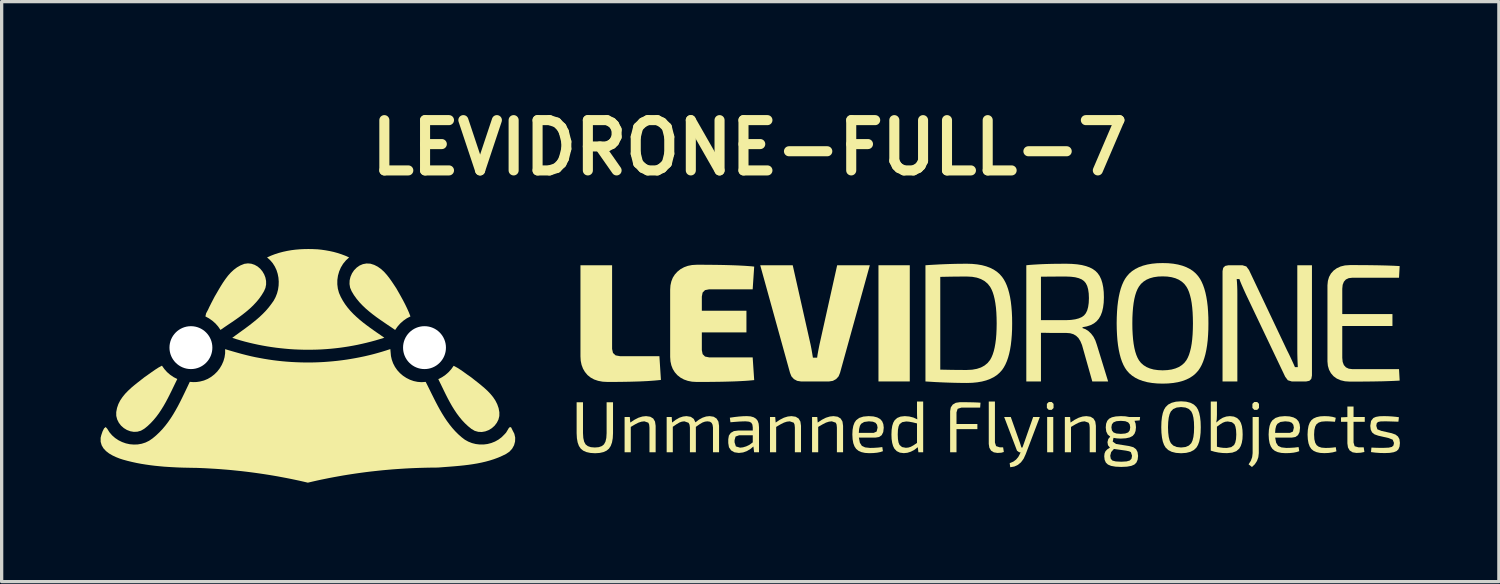
<source format=kicad_pcb>
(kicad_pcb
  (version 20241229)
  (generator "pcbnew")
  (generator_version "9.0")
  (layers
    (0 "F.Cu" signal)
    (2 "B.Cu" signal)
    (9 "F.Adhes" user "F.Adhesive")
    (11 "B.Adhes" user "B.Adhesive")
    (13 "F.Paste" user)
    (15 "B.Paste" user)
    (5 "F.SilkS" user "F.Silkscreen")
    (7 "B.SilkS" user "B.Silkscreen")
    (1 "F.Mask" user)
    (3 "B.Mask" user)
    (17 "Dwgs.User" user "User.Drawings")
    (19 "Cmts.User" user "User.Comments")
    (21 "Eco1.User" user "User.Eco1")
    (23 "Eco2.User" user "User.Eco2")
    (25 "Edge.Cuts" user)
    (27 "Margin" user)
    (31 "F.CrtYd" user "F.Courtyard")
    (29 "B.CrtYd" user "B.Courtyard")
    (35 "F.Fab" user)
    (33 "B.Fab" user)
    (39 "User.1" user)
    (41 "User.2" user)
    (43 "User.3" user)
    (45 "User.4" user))
  (footprint "LEVIDRONE-FULL-7"
    (layer "F.Cu")
    (at 19.667 8.027)
    (property "Reference" "LEVIDRONE-FULL-7" (at 0 -6.601 0) (layer "F.SilkS") (effects (font (size 1.524 1.524) (thickness 0.305))))
    (attr smd)
    (fp_poly (pts (xy 4.859 0.485) (xy 3.91 0.485) (xy 3.91 -3.037) (xy 4.859 -3.037) (xy 4.859 0.485)) (stroke (width 0) (type solid)) (fill yes) (layer "F.SilkS"))
    (fp_poly (pts (xy 7.44 1.094) (xy 7.44 2.338) (xy 7.475 2.445) (xy 7.585 2.481) (xy 7.688 2.481) (xy 7.71 2.623) (xy 7.632 2.645) (xy 7.515 2.652) (xy 7.406 2.634) (xy 7.323 2.582) (xy 7.271 2.495) (xy 7.253 2.379) (xy 7.253 1.094) (xy 7.44 1.094) (xy 7.44 1.094)) (stroke (width 0) (type solid)) (fill yes) (layer "F.SilkS"))
    (fp_poly (pts (xy 9.072 1.107) (xy 9.16 1.107) (xy 9.217 1.164) (xy 9.217 1.289) (xy 9.208 2.632) (xy 9.023 2.632) (xy 9.023 1.562) (xy 9.208 1.562) (xy 9.208 2.632) (xy 9.217 1.289) (xy 9.16 1.347) (xy 9.072 1.347) (xy 9.015 1.289) (xy 9.015 1.164) (xy 9.072 1.107)) (stroke (width 0) (type solid)) (fill yes) (layer "F.SilkS"))
    (fp_poly (pts (xy 6.992 1.278) (xy 6.423 1.278) (xy 6.31 1.314) (xy 6.275 1.423) (xy 6.275 1.775) (xy 6.908 1.775) (xy 6.908 1.931) (xy 6.275 1.931) (xy 6.275 2.632) (xy 6.082 2.632) (xy 6.082 1.386) (xy 6.102 1.271) (xy 6.161 1.186) (xy 6.254 1.132) (xy 6.374 1.114) (xy 6.538 1.114) (xy 6.682 1.116) (xy 6.808 1.119) (xy 6.915 1.123) (xy 7.003 1.129) (xy 6.992 1.278) (xy 6.992 1.278)) (stroke (width 0) (type solid)) (fill yes) (layer "F.SilkS"))
    (fp_poly (pts (xy 15.301 1.107) (xy 15.389 1.107) (xy 15.444 1.164) (xy 15.444 1.289) (xy 15.438 1.562) (xy 15.438 2.658) (xy 15.424 2.782) (xy 15.383 2.896) (xy 15.317 2.996) (xy 15.231 3.078) (xy 15.128 2.997) (xy 15.196 2.892) (xy 15.237 2.779) (xy 15.251 2.658) (xy 15.251 1.562) (xy 15.438 1.562) (xy 15.444 1.289) (xy 15.389 1.347) (xy 15.301 1.347) (xy 15.244 1.289) (xy 15.244 1.164) (xy 15.301 1.107)) (stroke (width 0) (type solid)) (fill yes) (layer "F.SilkS"))
    (fp_poly (pts (xy 3.648 -3.037) (xy 2.745 0.224) (xy 2.702 0.33) (xy 2.627 0.413) (xy 2.528 0.467) (xy 2.413 0.485) (xy 1.561 0.485) (xy 1.446 0.467) (xy 1.346 0.413) (xy 1.271 0.33) (xy 1.229 0.224) (xy 0.326 -3.037) (xy 1.311 -3.037) (xy 1.852 -0.633) (xy 1.878 -0.503) (xy 1.901 -0.37) (xy 1.923 -0.235) (xy 2.051 -0.235) (xy 2.063 -0.325) (xy 2.087 -0.457) (xy 2.122 -0.633) (xy 2.658 -3.037) (xy 3.648 -3.037)) (stroke (width 0) (type solid)) (fill yes) (layer "F.SilkS"))
    (fp_poly (pts (xy 18.31 1.709) (xy 18.31 2.338) (xy 18.343 2.448) (xy 18.455 2.481) (xy 18.618 2.481) (xy 18.639 2.623) (xy 18.529 2.645) (xy 18.398 2.652) (xy 18.28 2.633) (xy 18.193 2.577) (xy 18.141 2.486) (xy 18.123 2.362) (xy 18.123 1.709) (xy 17.93 1.709) (xy 17.93 1.573) (xy 18.123 1.564) (xy 18.123 1.245) (xy 18.31 1.245) (xy 18.31 1.562) (xy 18.65 1.562) (xy 18.65 1.709) (xy 18.31 1.709) (xy 18.31 1.709)) (stroke (width 0) (type solid)) (fill yes) (layer "F.SilkS"))
    (fp_poly (pts (xy 8.801 1.562) (xy 8.372 2.691) (xy 8.309 2.828) (xy 8.23 2.936) (xy 8.136 3.014) (xy 8.028 3.064) (xy 7.904 3.085) (xy 7.887 2.962) (xy 7.998 2.915) (xy 8.082 2.852) (xy 8.148 2.774) (xy 8.199 2.678) (xy 8.216 2.632) (xy 8.175 2.632) (xy 8.109 2.584) (xy 7.72 1.562) (xy 7.92 1.562) (xy 8.203 2.36) (xy 8.243 2.489) (xy 8.273 2.489) (xy 8.32 2.36) (xy 8.599 1.562) (xy 8.801 1.562) (xy 8.801 1.562)) (stroke (width 0) (type solid)) (fill yes) (layer "F.SilkS"))
    (fp_poly (pts (xy -3.627 1.562) (xy -3.613 1.731) (xy -3.486 1.646) (xy -3.364 1.584) (xy -3.247 1.548) (xy -3.134 1.536) (xy -3.008 1.554) (xy -2.917 1.609) (xy -2.863 1.701) (xy -2.844 1.83) (xy -2.844 2.632) (xy -3.031 2.632) (xy -3.031 1.883) (xy -3.04 1.793) (xy -3.066 1.735) (xy -3.185 1.694) (xy -3.273 1.704) (xy -3.363 1.733) (xy -3.466 1.785) (xy -3.598 1.863) (xy -3.598 2.632) (xy -3.785 2.632) (xy -3.785 1.562) (xy -3.627 1.562) (xy -3.627 1.562)) (stroke (width 0) (type solid)) (fill yes) (layer "F.SilkS"))
    (fp_poly (pts (xy 0.78 1.562) (xy 0.794 1.731) (xy 0.921 1.646) (xy 1.043 1.584) (xy 1.16 1.548) (xy 1.272 1.536) (xy 1.399 1.554) (xy 1.49 1.609) (xy 1.544 1.701) (xy 1.562 1.83) (xy 1.562 2.632) (xy 1.376 2.632) (xy 1.376 1.883) (xy 1.367 1.793) (xy 1.341 1.735) (xy 1.222 1.694) (xy 1.133 1.704) (xy 1.044 1.733) (xy 0.941 1.785) (xy 0.809 1.863) (xy 0.809 2.632) (xy 0.622 2.632) (xy 0.622 1.562) (xy 0.78 1.562) (xy 0.78 1.562)) (stroke (width 0) (type solid)) (fill yes) (layer "F.SilkS"))
    (fp_poly (pts (xy 2.055 1.562) (xy 2.068 1.731) (xy 2.195 1.646) (xy 2.317 1.584) (xy 2.435 1.548) (xy 2.547 1.536) (xy 2.674 1.554) (xy 2.764 1.609) (xy 2.819 1.701) (xy 2.837 1.83) (xy 2.837 2.632) (xy 2.65 2.632) (xy 2.65 1.883) (xy 2.641 1.793) (xy 2.615 1.735) (xy 2.496 1.694) (xy 2.408 1.704) (xy 2.318 1.733) (xy 2.216 1.785) (xy 2.083 1.863) (xy 2.083 2.632) (xy 1.897 2.632) (xy 1.897 1.562) (xy 2.055 1.562) (xy 2.055 1.562)) (stroke (width 0) (type solid)) (fill yes) (layer "F.SilkS"))
    (fp_poly (pts (xy 9.718 1.562) (xy 9.731 1.731) (xy 9.858 1.646) (xy 9.98 1.584) (xy 10.097 1.548) (xy 10.21 1.536) (xy 10.337 1.554) (xy 10.427 1.609) (xy 10.482 1.701) (xy 10.5 1.83) (xy 10.5 2.632) (xy 10.313 2.632) (xy 10.313 1.883) (xy 10.304 1.793) (xy 10.278 1.735) (xy 10.159 1.694) (xy 10.071 1.704) (xy 9.981 1.733) (xy 9.879 1.785) (xy 9.746 1.863) (xy 9.746 2.632) (xy 9.559 2.632) (xy 9.559 1.562) (xy 9.718 1.562) (xy 9.718 1.562)) (stroke (width 0) (type solid)) (fill yes) (layer "F.SilkS"))
    (fp_poly (pts (xy -4.164 -3.037) (xy -4.164 -0.5) (xy -4.137 -0.379) (xy -4.057 -0.305) (xy -3.924 -0.281) (xy -2.73 -0.281) (xy -2.684 0.439) (xy -2.772 0.448) (xy -2.868 0.457) (xy -2.973 0.465) (xy -3.086 0.473) (xy -3.208 0.479) (xy -3.339 0.485) (xy -3.478 0.489) (xy -3.625 0.493) (xy -3.782 0.496) (xy -3.947 0.498) (xy -4.12 0.5) (xy -4.302 0.5) (xy -4.452 0.492) (xy -4.588 0.466) (xy -4.709 0.425) (xy -4.816 0.366) (xy -4.909 0.291) (xy -4.986 0.199) (xy -5.046 0.097) (xy -5.089 -0.016) (xy -5.115 -0.141) (xy -5.123 -0.276) (xy -5.123 -3.037) (xy -4.164 -3.037)) (stroke (width 0) (type solid)) (fill yes) (layer "F.SilkS"))
    (fp_poly (pts (xy -4.136 1.116) (xy -4.136 2.052) (xy -4.144 2.206) (xy -4.167 2.335) (xy -4.206 2.441) (xy -4.259 2.522) (xy -4.332 2.583) (xy -4.426 2.626) (xy -4.542 2.652) (xy -4.679 2.661) (xy -4.821 2.652) (xy -4.941 2.626) (xy -5.039 2.583) (xy -5.114 2.522) (xy -5.169 2.441) (xy -5.208 2.335) (xy -5.231 2.206) (xy -5.239 2.052) (xy -5.239 1.116) (xy -5.046 1.116) (xy -5.046 2.052) (xy -5.037 2.198) (xy -5.011 2.312) (xy -4.967 2.393) (xy -4.901 2.445) (xy -4.808 2.477) (xy -4.688 2.487) (xy -4.569 2.477) (xy -4.477 2.445) (xy -4.411 2.393) (xy -4.366 2.312) (xy -4.339 2.198) (xy -4.33 2.052) (xy -4.33 1.116) (xy -4.136 1.116)) (stroke (width 0) (type solid)) (fill yes) (layer "F.SilkS"))
    (fp_poly (pts (xy 17.049 -3.037) (xy 17.049 0.306) (xy 17.03 0.405) (xy 16.972 0.465) (xy 16.875 0.485) (xy 16.437 0.485) (xy 16.318 0.449) (xy 16.238 0.342) (xy 15.049 -2.154) (xy 14.971 -2.325) (xy 14.912 -2.459) (xy 14.872 -2.557) (xy 14.85 -2.619) (xy 14.768 -2.619) (xy 14.777 -2.513) (xy 14.783 -2.4) (xy 14.787 -2.281) (xy 14.788 -2.154) (xy 14.788 0.485) (xy 14.339 0.485) (xy 14.339 -2.859) (xy 14.359 -2.958) (xy 14.419 -3.017) (xy 14.518 -3.037) (xy 14.941 -3.037) (xy 15.06 -3.001) (xy 15.14 -2.894) (xy 16.294 -0.46) (xy 16.357 -0.334) (xy 16.417 -0.207) (xy 16.476 -0.079) (xy 16.534 0.051) (xy 16.62 0.051) (xy 16.614 -0.086) (xy 16.609 -0.221) (xy 16.606 -0.354) (xy 16.605 -0.485) (xy 16.605 -3.037) (xy 17.049 -3.037) (xy 17.049 -3.037)) (stroke (width 0) (type solid)) (fill yes) (layer "F.SilkS"))
    (fp_poly (pts (xy -2.357 1.562) (xy -2.346 1.731) (xy -2.233 1.646) (xy -2.123 1.584) (xy -2.015 1.548) (xy -1.908 1.536) (xy -1.779 1.557) (xy -1.689 1.62) (xy -1.638 1.725) (xy -1.53 1.642) (xy -1.422 1.583) (xy -1.314 1.547) (xy -1.207 1.536) (xy -1.086 1.554) (xy -0.997 1.61) (xy -0.941 1.703) (xy -0.922 1.83) (xy -0.922 2.632) (xy -1.106 2.632) (xy -1.106 1.883) (xy -1.118 1.798) (xy -1.148 1.74) (xy -1.198 1.705) (xy -1.273 1.694) (xy -1.349 1.703) (xy -1.423 1.729) (xy -1.508 1.779) (xy -1.625 1.861) (xy -1.625 2.632) (xy -1.805 2.632) (xy -1.805 1.883) (xy -1.816 1.796) (xy -1.847 1.738) (xy -1.972 1.694) (xy -2.048 1.703) (xy -2.121 1.729) (xy -2.207 1.779) (xy -2.324 1.859) (xy -2.324 2.632) (xy -2.51 2.632) (xy -2.51 1.562) (xy -2.357 1.562) (xy -2.357 1.562)) (stroke (width 0) (type solid)) (fill yes) (layer "F.SilkS"))
    (fp_poly (pts (xy 17.771 2.478) (xy 17.791 2.604) (xy 17.68 2.634) (xy 17.557 2.652) (xy 17.424 2.658) (xy 17.296 2.651) (xy 17.187 2.627) (xy 17.099 2.588) (xy 17.031 2.533) (xy 16.981 2.458) (xy 16.945 2.36) (xy 16.924 2.239) (xy 16.916 2.096) (xy 16.924 1.953) (xy 16.945 1.832) (xy 16.981 1.735) (xy 17.031 1.661) (xy 17.099 1.606) (xy 17.188 1.567) (xy 17.297 1.543) (xy 17.426 1.536) (xy 17.558 1.541) (xy 17.673 1.558) (xy 17.771 1.586) (xy 17.747 1.707) (xy 17.65 1.7) (xy 17.554 1.695) (xy 17.457 1.694) (xy 17.341 1.703) (xy 17.252 1.732) (xy 17.189 1.779) (xy 17.147 1.853) (xy 17.122 1.958) (xy 17.114 2.096) (xy 17.122 2.235) (xy 17.147 2.341) (xy 17.189 2.414) (xy 17.252 2.462) (xy 17.341 2.491) (xy 17.457 2.5) (xy 17.57 2.498) (xy 17.675 2.49) (xy 17.771 2.478) (xy 17.771 2.478)) (stroke (width 0) (type solid)) (fill yes) (layer "F.SilkS"))
    (fp_poly (pts (xy -10.715 -2.355) (xy -10.646 -2.235) (xy -10.576 -2.111) (xy -10.507 -1.986) (xy -10.441 -1.86) (xy -10.38 -1.734) (xy -10.324 -1.609) (xy -10.276 -1.486) (xy -10.388 -1.428) (xy -10.491 -1.356) (xy -10.585 -1.273) (xy -10.668 -1.179) (xy -10.74 -1.076) (xy -10.852 -1.153) (xy -10.966 -1.229) (xy -11.08 -1.307) (xy -11.194 -1.385) (xy -11.307 -1.465) (xy -11.417 -1.548) (xy -11.525 -1.634) (xy -11.629 -1.723) (xy -11.728 -1.817) (xy -11.822 -1.916) (xy -11.909 -2.021) (xy -11.989 -2.132) (xy -12.06 -2.251) (xy -12.105 -2.357) (xy -12.123 -2.468) (xy -12.119 -2.58) (xy -12.093 -2.688) (xy -12.048 -2.791) (xy -11.986 -2.884) (xy -11.908 -2.964) (xy -11.818 -3.028) (xy -11.717 -3.071) (xy -11.607 -3.091) (xy -11.491 -3.085) (xy -11.374 -3.048) (xy -11.268 -2.994) (xy -11.17 -2.924) (xy -11.08 -2.843) (xy -10.998 -2.752) (xy -10.921 -2.655) (xy -10.849 -2.554) (xy -10.781 -2.453) (xy -10.716 -2.354) (xy -10.715 -2.355)) (stroke (width 0) (type solid)) (fill yes) (layer "F.SilkS"))
    (fp_poly (pts (xy -17.343 0.411) (xy -17.4 0.527) (xy -17.457 0.645) (xy -17.514 0.763) (xy -17.572 0.88) (xy -17.632 0.998) (xy -17.694 1.114) (xy -17.759 1.228) (xy -17.828 1.339) (xy -17.9 1.448) (xy -17.977 1.552) (xy -18.06 1.652) (xy -18.148 1.747) (xy -18.243 1.837) (xy -18.346 1.92) (xy -18.446 1.978) (xy -18.553 2.008) (xy -18.661 2.013) (xy -18.769 1.994) (xy -18.871 1.955) (xy -18.966 1.897) (xy -19.049 1.823) (xy -19.116 1.736) (xy -19.165 1.637) (xy -19.193 1.529) (xy -19.194 1.415) (xy -19.17 1.289) (xy -19.129 1.17) (xy -19.073 1.06) (xy -19.003 0.956) (xy -18.923 0.858) (xy -18.834 0.766) (xy -18.74 0.678) (xy -18.641 0.595) (xy -18.54 0.514) (xy -18.44 0.436) (xy -18.343 0.36) (xy -18.238 0.286) (xy -18.13 0.209) (xy -18.021 0.133) (xy -17.914 0.064) (xy -17.808 0.007) (xy -17.736 0.109) (xy -17.653 0.202) (xy -17.558 0.284) (xy -17.455 0.354) (xy -17.342 0.413) (xy -17.343 0.411)) (stroke (width 0) (type solid)) (fill yes) (layer "F.SilkS"))
    (fp_poly (pts (xy -9.432 0.415) (xy -9.375 0.531) (xy -9.318 0.648) (xy -9.261 0.766) (xy -9.203 0.884) (xy -9.143 1.002) (xy -9.081 1.117) (xy -9.016 1.232) (xy -8.947 1.343) (xy -8.875 1.451) (xy -8.797 1.556) (xy -8.715 1.656) (xy -8.626 1.751) (xy -8.531 1.84) (xy -8.429 1.923) (xy -8.328 1.982) (xy -8.222 2.012) (xy -8.113 2.017) (xy -8.006 1.998) (xy -7.903 1.959) (xy -7.809 1.901) (xy -7.726 1.827) (xy -7.659 1.739) (xy -7.609 1.641) (xy -7.582 1.533) (xy -7.581 1.419) (xy -7.604 1.293) (xy -7.646 1.174) (xy -7.702 1.064) (xy -7.771 0.96) (xy -7.852 0.862) (xy -7.94 0.77) (xy -8.035 0.683) (xy -8.134 0.599) (xy -8.234 0.518) (xy -8.334 0.44) (xy -8.431 0.363) (xy -8.536 0.29) (xy -8.644 0.212) (xy -8.752 0.136) (xy -8.86 0.067) (xy -8.967 0.011) (xy -9.039 0.113) (xy -9.123 0.206) (xy -9.217 0.288) (xy -9.322 0.359) (xy -9.434 0.416) (xy -9.432 0.415)) (stroke (width 0) (type solid)) (fill yes) (layer "F.SilkS"))
    (fp_poly (pts (xy -16.363 -1.793) (xy -16.411 -1.689) (xy -16.469 -1.581) (xy -16.491 -1.486) (xy -16.381 -1.426) (xy -16.28 -1.355) (xy -16.187 -1.273) (xy -16.105 -1.18) (xy -16.034 -1.077) (xy -15.922 -1.154) (xy -15.809 -1.231) (xy -15.694 -1.308) (xy -15.58 -1.386) (xy -15.467 -1.466) (xy -15.356 -1.549) (xy -15.248 -1.635) (xy -15.144 -1.724) (xy -15.045 -1.818) (xy -14.952 -1.917) (xy -14.864 -2.022) (xy -14.785 -2.134) (xy -14.714 -2.252) (xy -14.671 -2.352) (xy -14.651 -2.455) (xy -14.652 -2.56) (xy -14.672 -2.663) (xy -14.71 -2.761) (xy -14.763 -2.851) (xy -14.83 -2.932) (xy -14.909 -2.999) (xy -14.999 -3.05) (xy -15.097 -3.083) (xy -15.201 -3.094) (xy -15.31 -3.08) (xy -15.428 -3.033) (xy -15.535 -2.972) (xy -15.633 -2.898) (xy -15.723 -2.814) (xy -15.806 -2.721) (xy -15.882 -2.621) (xy -15.954 -2.517) (xy -16.022 -2.409) (xy -16.087 -2.3) (xy -16.149 -2.193) (xy -16.211 -2.087) (xy -16.262 -1.989) (xy -16.313 -1.891) (xy -16.362 -1.792) (xy -16.363 -1.793)) (stroke (width 0) (type solid)) (fill yes) (layer "F.SilkS"))
    (fp_poly (pts (xy 14.169 1.094) (xy 14.169 1.494) (xy 14.164 1.63) (xy 14.149 1.731) (xy 14.169 1.856) (xy 14.169 2.463) (xy 14.268 2.486) (xy 14.368 2.498) (xy 14.47 2.5) (xy 14.603 2.476) (xy 14.69 2.41) (xy 14.726 2.335) (xy 14.748 2.229) (xy 14.756 2.094) (xy 14.749 1.959) (xy 14.73 1.855) (xy 14.701 1.784) (xy 14.623 1.72) (xy 14.497 1.698) (xy 14.421 1.707) (xy 14.347 1.735) (xy 14.268 1.784) (xy 14.169 1.856) (xy 14.149 1.731) (xy 14.247 1.646) (xy 14.348 1.584) (xy 14.453 1.548) (xy 14.562 1.536) (xy 14.684 1.55) (xy 14.781 1.594) (xy 14.855 1.667) (xy 14.896 1.743) (xy 14.926 1.839) (xy 14.943 1.956) (xy 14.949 2.094) (xy 14.943 2.229) (xy 14.923 2.346) (xy 14.89 2.444) (xy 14.844 2.522) (xy 14.756 2.598) (xy 14.633 2.643) (xy 14.475 2.658) (xy 14.341 2.654) (xy 14.214 2.639) (xy 14.095 2.615) (xy 13.982 2.582) (xy 13.982 1.094) (xy 14.169 1.094) (xy 14.169 1.094)) (stroke (width 0) (type solid)) (fill yes) (layer "F.SilkS"))
    (fp_poly (pts (xy 19.366 2.199) (xy 19.059 2.129) (xy 18.946 2.089) (xy 18.872 2.03) (xy 18.831 1.946) (xy 18.817 1.83) (xy 18.84 1.682) (xy 18.909 1.593) (xy 18.988 1.559) (xy 19.096 1.54) (xy 19.235 1.536) (xy 19.359 1.539) (xy 19.476 1.546) (xy 19.584 1.556) (xy 19.685 1.569) (xy 19.67 1.705) (xy 19.476 1.699) (xy 19.34 1.695) (xy 19.263 1.694) (xy 19.129 1.697) (xy 19.05 1.714) (xy 19.012 1.754) (xy 18.999 1.83) (xy 19.032 1.936) (xy 19.155 1.984) (xy 19.467 2.054) (xy 19.581 2.095) (xy 19.656 2.153) (xy 19.701 2.234) (xy 19.716 2.349) (xy 19.704 2.459) (xy 19.67 2.542) (xy 19.612 2.597) (xy 19.527 2.63) (xy 19.409 2.65) (xy 19.259 2.656) (xy 19.112 2.653) (xy 18.973 2.643) (xy 18.839 2.626) (xy 18.852 2.489) (xy 18.976 2.495) (xy 19.099 2.498) (xy 19.221 2.498) (xy 19.377 2.491) (xy 19.472 2.469) (xy 19.52 2.425) (xy 19.536 2.349) (xy 19.496 2.25) (xy 19.366 2.199) (xy 19.366 2.199)) (stroke (width 0) (type solid)) (fill yes) (layer "F.SilkS"))
    (fp_poly (pts (xy 5.265 1.094) (xy 5.078 2.349) (xy 5.078 1.757) (xy 4.948 1.725) (xy 4.839 1.705) (xy 4.751 1.698) (xy 4.629 1.719) (xy 4.551 1.779) (xy 4.519 1.85) (xy 4.5 1.954) (xy 4.494 2.092) (xy 4.5 2.229) (xy 4.518 2.336) (xy 4.549 2.41) (xy 4.625 2.474) (xy 4.74 2.496) (xy 4.82 2.488) (xy 4.891 2.465) (xy 4.972 2.42) (xy 5.078 2.349) (xy 5.078 2.349) (xy 5.265 1.094) (xy 5.265 2.632) (xy 5.12 2.632) (xy 5.102 2.478) (xy 4.999 2.557) (xy 4.894 2.613) (xy 4.787 2.647) (xy 4.678 2.658) (xy 4.559 2.643) (xy 4.463 2.597) (xy 4.391 2.52) (xy 4.352 2.441) (xy 4.325 2.343) (xy 4.308 2.227) (xy 4.303 2.094) (xy 4.309 1.952) (xy 4.327 1.833) (xy 4.357 1.737) (xy 4.399 1.663) (xy 4.476 1.592) (xy 4.579 1.55) (xy 4.707 1.536) (xy 4.842 1.547) (xy 4.969 1.579) (xy 5.087 1.634) (xy 5.08 1.533) (xy 5.078 1.423) (xy 5.078 1.094) (xy 5.265 1.094) (xy 5.265 1.094)) (stroke (width 0) (type solid)) (fill yes) (layer "F.SilkS"))
    (fp_poly (pts (xy -0.577 1.722) (xy -0.595 1.584) (xy -0.452 1.563) (xy -0.318 1.548) (xy -0.194 1.539) (xy -0.078 1.536) (xy 0.035 1.544) (xy 0.128 1.571) (xy 0.1 2.331) (xy 0.1 2.116) (xy -0.313 2.116) (xy -0.421 2.155) (xy -0.452 2.263) (xy -0.452 2.263) (xy -0.452 2.331) (xy -0.412 2.454) (xy -0.285 2.492) (xy -0.196 2.482) (xy -0.096 2.452) (xy 0.007 2.401) (xy 0.1 2.331) (xy 0.128 1.571) (xy 0.198 1.615) (xy 0.249 1.678) (xy 0.279 1.766) (xy 0.289 1.878) (xy 0.289 2.632) (xy 0.141 2.632) (xy 0.119 2.456) (xy 0.033 2.529) (xy -0.074 2.593) (xy -0.193 2.637) (xy -0.322 2.652) (xy -0.455 2.633) (xy -0.557 2.575) (xy -0.622 2.48) (xy -0.643 2.353) (xy -0.643 2.237) (xy -0.624 2.126) (xy -0.566 2.043) (xy -0.472 1.99) (xy -0.346 1.973) (xy 0.1 1.973) (xy 0.1 1.878) (xy 0.088 1.792) (xy 0.053 1.735) (xy -0.012 1.704) (xy -0.118 1.694) (xy -0.206 1.696) (xy -0.312 1.701) (xy -0.436 1.71) (xy -0.577 1.722) (xy -0.577 1.722)) (stroke (width 0) (type solid)) (fill yes) (layer "F.SilkS"))
    (fp_poly (pts (xy 3.815 2.188) (xy 3.314 2.043) (xy 3.766 2.043) (xy 3.854 2.004) (xy 3.883 1.885) (xy 3.866 1.797) (xy 3.821 1.738) (xy 3.741 1.705) (xy 3.619 1.694) (xy 3.476 1.713) (xy 3.384 1.769) (xy 3.347 1.831) (xy 3.324 1.923) (xy 3.314 2.043) (xy 3.815 2.188) (xy 3.316 2.188) (xy 3.346 2.343) (xy 3.406 2.437) (xy 3.505 2.484) (xy 3.654 2.5) (xy 3.777 2.497) (xy 3.9 2.489) (xy 4.026 2.474) (xy 4.045 2.599) (xy 3.966 2.625) (xy 3.87 2.644) (xy 3.758 2.655) (xy 3.63 2.659) (xy 3.502 2.651) (xy 3.393 2.627) (xy 3.304 2.587) (xy 3.235 2.531) (xy 3.184 2.455) (xy 3.147 2.357) (xy 3.126 2.237) (xy 3.118 2.094) (xy 3.125 1.951) (xy 3.147 1.831) (xy 3.183 1.734) (xy 3.233 1.661) (xy 3.325 1.591) (xy 3.451 1.55) (xy 3.61 1.536) (xy 3.756 1.545) (xy 3.872 1.575) (xy 3.96 1.624) (xy 4.021 1.691) (xy 4.057 1.778) (xy 4.07 1.885) (xy 4.055 2.018) (xy 4.008 2.113) (xy 3.928 2.169) (xy 3.815 2.188) (xy 3.815 2.188)) (stroke (width 0) (type solid)) (fill yes) (layer "F.SilkS"))
    (fp_poly (pts (xy 16.433 2.188) (xy 15.932 2.043) (xy 16.384 2.043) (xy 16.472 2.004) (xy 16.501 1.885) (xy 16.484 1.797) (xy 16.439 1.738) (xy 16.359 1.705) (xy 16.237 1.694) (xy 16.094 1.713) (xy 16.002 1.769) (xy 15.965 1.831) (xy 15.942 1.923) (xy 15.932 2.043) (xy 16.433 2.188) (xy 15.934 2.188) (xy 15.964 2.343) (xy 16.024 2.437) (xy 16.124 2.484) (xy 16.272 2.5) (xy 16.395 2.497) (xy 16.519 2.489) (xy 16.644 2.474) (xy 16.664 2.599) (xy 16.584 2.625) (xy 16.488 2.644) (xy 16.376 2.655) (xy 16.248 2.659) (xy 16.12 2.651) (xy 16.011 2.627) (xy 15.922 2.587) (xy 15.853 2.531) (xy 15.802 2.455) (xy 15.765 2.357) (xy 15.744 2.237) (xy 15.736 2.094) (xy 15.744 1.951) (xy 15.765 1.831) (xy 15.801 1.734) (xy 15.851 1.661) (xy 15.943 1.591) (xy 16.069 1.55) (xy 16.228 1.536) (xy 16.374 1.545) (xy 16.49 1.575) (xy 16.578 1.624) (xy 16.639 1.691) (xy 16.675 1.778) (xy 16.688 1.885) (xy 16.673 2.018) (xy 16.626 2.113) (xy 16.546 2.169) (xy 16.433 2.188) (xy 16.433 2.188)) (stroke (width 0) (type solid)) (fill yes) (layer "F.SilkS"))
    (fp_poly (pts (xy 19.688 0.112) (xy 19.708 0.459) (xy 19.618 0.464) (xy 19.518 0.469) (xy 19.409 0.473) (xy 19.291 0.477) (xy 19.163 0.481) (xy 19.026 0.483) (xy 18.879 0.486) (xy 18.723 0.487) (xy 18.557 0.489) (xy 18.382 0.489) (xy 18.198 0.49) (xy 18.05 0.48) (xy 17.918 0.449) (xy 17.802 0.398) (xy 17.703 0.326) (xy 17.624 0.235) (xy 17.567 0.13) (xy 17.532 0.011) (xy 17.519 -0.123) (xy 17.519 -2.43) (xy 17.532 -2.563) (xy 17.567 -2.681) (xy 17.624 -2.785) (xy 17.703 -2.874) (xy 17.802 -2.947) (xy 17.918 -3) (xy 18.05 -3.032) (xy 18.198 -3.042) (xy 18.382 -3.042) (xy 18.557 -3.041) (xy 18.723 -3.04) (xy 18.879 -3.038) (xy 19.026 -3.036) (xy 19.163 -3.033) (xy 19.291 -3.03) (xy 19.409 -3.026) (xy 19.518 -3.022) (xy 19.618 -3.017) (xy 19.708 -3.012) (xy 19.688 -2.659) (xy 18.274 -2.659) (xy 18.164 -2.646) (xy 18.078 -2.606) (xy 18.017 -2.538) (xy 17.98 -2.444) (xy 17.968 -2.323) (xy 17.968 -1.557) (xy 19.489 -1.557) (xy 19.489 -1.195) (xy 17.968 -1.195) (xy 17.968 -0.23) (xy 17.98 -0.107) (xy 18.017 -0.011) (xy 18.078 0.057) (xy 18.164 0.098) (xy 18.274 0.112) (xy 19.688 0.112)) (stroke (width 0) (type solid)) (fill yes) (layer "F.SilkS"))
    (fp_poly (pts (xy 0.097 -0.245) (xy 0.143 0.444) (xy 0.061 0.452) (xy -0.029 0.46) (xy -0.128 0.467) (xy -0.236 0.473) (xy -0.352 0.479) (xy -0.478 0.484) (xy -0.612 0.488) (xy -0.755 0.492) (xy -0.907 0.495) (xy -1.067 0.497) (xy -1.237 0.499) (xy -1.415 0.5) (xy -1.602 0.5) (xy -1.742 0.492) (xy -1.869 0.467) (xy -1.986 0.426) (xy -2.091 0.369) (xy -2.184 0.296) (xy -2.263 0.207) (xy -2.325 0.107) (xy -2.368 -0.003) (xy -2.395 -0.124) (xy -2.404 -0.255) (xy -2.404 -2.297) (xy -2.395 -2.428) (xy -2.368 -2.549) (xy -2.325 -2.658) (xy -2.263 -2.756) (xy -2.184 -2.843) (xy -2.089 -2.919) (xy -1.983 -2.977) (xy -1.867 -3.019) (xy -1.74 -3.044) (xy -1.602 -3.052) (xy -1.415 -3.052) (xy -1.237 -3.051) (xy -1.067 -3.049) (xy -0.907 -3.047) (xy -0.755 -3.044) (xy -0.612 -3.04) (xy -0.478 -3.036) (xy -0.352 -3.031) (xy -0.236 -3.025) (xy -0.128 -3.019) (xy -0.029 -3.012) (xy 0.061 -3.005) (xy 0.143 -2.996) (xy 0.097 -2.307) (xy -1.225 -2.307) (xy -1.347 -2.283) (xy -1.42 -2.21) (xy -1.444 -2.088) (xy -1.444 -1.659) (xy -0.092 -1.659) (xy -0.092 -1.001) (xy -1.444 -1.001) (xy -1.444 -0.465) (xy -1.42 -0.343) (xy -1.347 -0.27) (xy -1.225 -0.245) (xy 0.097 -0.245)) (stroke (width 0) (type solid)) (fill yes) (layer "F.SilkS"))
    (fp_poly (pts (xy 12.614 1.261) (xy 13.082 1.261) (xy 12.948 1.276) (xy 12.845 1.32) (xy 12.772 1.395) (xy 12.735 1.474) (xy 12.708 1.581) (xy 12.692 1.714) (xy 12.686 1.874) (xy 12.692 2.034) (xy 12.708 2.168) (xy 12.735 2.275) (xy 12.772 2.355) (xy 12.845 2.428) (xy 12.948 2.472) (xy 13.082 2.487) (xy 13.216 2.472) (xy 13.319 2.428) (xy 13.392 2.355) (xy 13.429 2.275) (xy 13.456 2.168) (xy 13.472 2.034) (xy 13.477 1.874) (xy 13.472 1.714) (xy 13.456 1.581) (xy 13.429 1.474) (xy 13.392 1.395) (xy 13.319 1.32) (xy 13.216 1.276) (xy 13.082 1.261) (xy 12.614 1.261) (xy 12.693 1.185) (xy 12.798 1.131) (xy 12.927 1.098) (xy 13.082 1.087) (xy 13.236 1.098) (xy 13.365 1.131) (xy 13.469 1.185) (xy 13.548 1.261) (xy 13.595 1.34) (xy 13.632 1.441) (xy 13.658 1.564) (xy 13.674 1.708) (xy 13.679 1.874) (xy 13.674 2.04) (xy 13.658 2.184) (xy 13.632 2.308) (xy 13.595 2.409) (xy 13.548 2.489) (xy 13.469 2.564) (xy 13.365 2.618) (xy 13.236 2.65) (xy 13.082 2.661) (xy 12.927 2.65) (xy 12.798 2.618) (xy 12.693 2.564) (xy 12.614 2.489) (xy 12.566 2.409) (xy 12.529 2.308) (xy 12.503 2.184) (xy 12.487 2.04) (xy 12.482 1.874) (xy 12.487 1.708) (xy 12.503 1.564) (xy 12.529 1.441) (xy 12.566 1.34) (xy 12.614 1.261)) (stroke (width 0) (type solid)) (fill yes) (layer "F.SilkS"))
    (fp_poly (pts (xy 11.829 1.665) (xy 11.391 1.69) (xy 11.256 1.679) (xy 11.121 1.69) (xy 11.034 1.725) (xy 10.986 1.785) (xy 10.97 1.876) (xy 10.986 1.969) (xy 11.034 2.03) (xy 11.121 2.063) (xy 11.256 2.074) (xy 11.39 2.063) (xy 11.478 2.03) (xy 11.525 1.969) (xy 11.541 1.876) (xy 11.525 1.785) (xy 11.478 1.725) (xy 11.391 1.69) (xy 11.829 1.665) (xy 11.671 1.678) (xy 11.704 1.764) (xy 11.715 1.876) (xy 11.703 1.985) (xy 11.669 2.073) (xy 11.612 2.138) (xy 11.526 2.182) (xy 11.408 2.208) (xy 11.256 2.217) (xy 11.139 2.211) (xy 11.034 2.195) (xy 11.01 2.307) (xy 11.047 2.531) (xy 10.963 2.625) (xy 10.935 2.736) (xy 10.951 2.828) (xy 11.001 2.883) (xy 11.1 2.909) (xy 11.267 2.918) (xy 11.43 2.909) (xy 11.528 2.881) (xy 11.579 2.827) (xy 11.596 2.736) (xy 11.561 2.628) (xy 11.507 2.602) (xy 11.412 2.582) (xy 11.412 2.582) (xy 11.047 2.531) (xy 11.01 2.307) (xy 11.109 2.38) (xy 11.508 2.443) (xy 11.635 2.478) (xy 11.717 2.538) (xy 11.763 2.625) (xy 11.779 2.744) (xy 11.766 2.856) (xy 11.729 2.943) (xy 11.667 3.004) (xy 11.574 3.044) (xy 11.441 3.068) (xy 11.269 3.076) (xy 11.095 3.068) (xy 10.96 3.044) (xy 10.865 3.004) (xy 10.802 2.944) (xy 10.765 2.86) (xy 10.753 2.751) (xy 10.763 2.666) (xy 10.792 2.599) (xy 10.845 2.544) (xy 10.926 2.492) (xy 10.867 2.418) (xy 10.851 2.323) (xy 10.876 2.229) (xy 10.935 2.158) (xy 10.859 2.094) (xy 10.814 2.001) (xy 10.799 1.879) (xy 10.81 1.767) (xy 10.844 1.679) (xy 10.9 1.615) (xy 10.986 1.571) (xy 11.105 1.545) (xy 11.258 1.536) (xy 11.396 1.542) (xy 11.506 1.562) (xy 11.84 1.562) (xy 11.829 1.665) (xy 11.829 1.665)) (stroke (width 0) (type solid)) (fill yes) (layer "F.SilkS"))
    (fp_poly (pts (xy 10.871 0.485) (xy 10.391 0.485) (xy 9.873 -1.398) (xy 9.982 -1.427) (xy 10.072 -1.466) (xy 10.141 -1.516) (xy 10.194 -1.581) (xy 10.236 -1.666) (xy 10.265 -1.771) (xy 10.283 -1.896) (xy 10.289 -2.042) (xy 10.283 -2.185) (xy 10.265 -2.308) (xy 10.236 -2.411) (xy 10.194 -2.494) (xy 10.141 -2.557) (xy 10.072 -2.607) (xy 9.982 -2.645) (xy 9.873 -2.673) (xy 9.744 -2.689) (xy 9.595 -2.695) (xy 9.418 -2.695) (xy 9.261 -2.694) (xy 9.124 -2.693) (xy 9.007 -2.692) (xy 8.911 -2.691) (xy 8.835 -2.69) (xy 8.835 -1.373) (xy 8.835 -1.373) (xy 9.595 -1.373) (xy 9.744 -1.38) (xy 9.873 -1.398) (xy 10.391 0.485) (xy 10.08 -0.618) (xy 10.03 -0.737) (xy 9.971 -0.831) (xy 9.901 -0.899) (xy 9.819 -0.947) (xy 9.722 -0.976) (xy 9.61 -0.985) (xy 9.516 -0.985) (xy 9.411 -0.985) (xy 9.296 -0.985) (xy 9.171 -0.985) (xy 9.02 -0.988) (xy 8.908 -0.99) (xy 8.835 -0.99) (xy 8.835 0.485) (xy 8.391 0.485) (xy 8.391 -3.037) (xy 8.49 -3.047) (xy 8.599 -3.055) (xy 8.716 -3.062) (xy 8.842 -3.069) (xy 8.977 -3.074) (xy 9.121 -3.078) (xy 9.273 -3.081) (xy 9.435 -3.082) (xy 9.605 -3.083) (xy 9.777 -3.078) (xy 9.933 -3.065) (xy 10.075 -3.043) (xy 10.201 -3.011) (xy 10.312 -2.971) (xy 10.407 -2.922) (xy 10.488 -2.863) (xy 10.555 -2.795) (xy 10.613 -2.711) (xy 10.66 -2.612) (xy 10.696 -2.498) (xy 10.722 -2.37) (xy 10.738 -2.226) (xy 10.743 -2.067) (xy 10.737 -1.902) (xy 10.718 -1.755) (xy 10.688 -1.626) (xy 10.645 -1.514) (xy 10.59 -1.419) (xy 10.523 -1.34) (xy 10.44 -1.274) (xy 10.341 -1.222) (xy 10.226 -1.184) (xy 10.095 -1.159) (xy 10.095 -1.133) (xy 10.187 -1.098) (xy 10.274 -1.042) (xy 10.355 -0.965) (xy 10.427 -0.87) (xy 10.484 -0.758) (xy 10.529 -0.628) (xy 10.871 0.485) (xy 10.871 0.485)) (stroke (width 0) (type solid)) (fill yes) (layer "F.SilkS"))
    (fp_poly (pts (xy -13.113 -3.521) (xy -13.242 -3.527) (xy -13.37 -3.529) (xy -13.499 -3.527) (xy -13.628 -3.521) (xy -13.757 -3.51) (xy -13.885 -3.494) (xy -14.012 -3.472) (xy -14.137 -3.445) (xy -14.262 -3.412) (xy -14.384 -3.373) (xy -14.504 -3.327) (xy -14.622 -3.274) (xy -14.53 -3.192) (xy -14.451 -3.1) (xy -14.387 -2.999) (xy -14.336 -2.891) (xy -14.3 -2.777) (xy -14.277 -2.66) (xy -14.268 -2.54) (xy -14.272 -2.42) (xy -14.289 -2.3) (xy -14.32 -2.183) (xy -14.364 -2.071) (xy -14.421 -1.964) (xy -14.491 -1.865) (xy -14.571 -1.76) (xy -14.657 -1.66) (xy -14.75 -1.564) (xy -14.848 -1.471) (xy -14.95 -1.383) (xy -15.055 -1.298) (xy -15.161 -1.215) (xy -15.267 -1.136) (xy -15.374 -1.058) (xy -15.478 -0.983) (xy -15.58 -0.909) (xy -15.677 -0.837) (xy -15.549 -0.796) (xy -15.419 -0.757) (xy -15.289 -0.721) (xy -15.157 -0.688) (xy -15.024 -0.657) (xy -14.89 -0.628) (xy -14.756 -0.602) (xy -14.621 -0.578) (xy -14.485 -0.557) (xy -14.349 -0.538) (xy -14.212 -0.522) (xy -14.074 -0.508) (xy -13.937 -0.496) (xy -13.799 -0.487) (xy -13.661 -0.481) (xy -13.522 -0.477) (xy -13.384 -0.476) (xy -13.246 -0.477) (xy -13.107 -0.48) (xy -12.969 -0.486) (xy -12.831 -0.495) (xy -12.694 -0.506) (xy -12.557 -0.52) (xy -12.42 -0.536) (xy -12.284 -0.555) (xy -12.149 -0.576) (xy -12.014 -0.6) (xy -11.88 -0.626) (xy -11.744 -0.656) (xy -11.607 -0.688) (xy -11.472 -0.722) (xy -11.336 -0.759) (xy -11.202 -0.799) (xy -11.068 -0.84) (xy -11.174 -0.914) (xy -11.282 -0.988) (xy -11.389 -1.063) (xy -11.497 -1.14) (xy -11.603 -1.218) (xy -11.708 -1.298) (xy -11.811 -1.382) (xy -11.909 -1.468) (xy -12.004 -1.558) (xy -12.094 -1.652) (xy -12.178 -1.751) (xy -12.256 -1.855) (xy -12.326 -1.964) (xy -12.389 -2.079) (xy -12.442 -2.2) (xy -12.477 -2.328) (xy -12.493 -2.459) (xy -12.492 -2.591) (xy -12.473 -2.722) (xy -12.437 -2.849) (xy -12.385 -2.97) (xy -12.317 -3.082) (xy -12.233 -3.184) (xy -12.135 -3.274) (xy -12.249 -3.325) (xy -12.366 -3.369) (xy -12.485 -3.408) (xy -12.605 -3.441) (xy -12.727 -3.468) (xy -12.85 -3.49) (xy -12.974 -3.508) (xy -13.098 -3.521) (xy -13.113 -3.521)) (stroke (width 0) (type solid)) (fill yes) (layer "F.SilkS"))
    (fp_poly (pts (xy 5.334 0.485) (xy 5.783 -2.685) (xy 5.783 0.127) (xy 5.933 0.13) (xy 6.077 0.133) (xy 6.214 0.135) (xy 6.346 0.136) (xy 6.471 0.137) (xy 6.59 0.137) (xy 6.749 0.129) (xy 6.892 0.103) (xy 7.018 0.061) (xy 7.127 0.001) (xy 7.219 -0.075) (xy 7.294 -0.169) (xy 7.335 -0.244) (xy 7.372 -0.331) (xy 7.404 -0.43) (xy 7.431 -0.541) (xy 7.453 -0.664) (xy 7.471 -0.799) (xy 7.483 -0.946) (xy 7.49 -1.105) (xy 7.493 -1.276) (xy 7.49 -1.447) (xy 7.483 -1.606) (xy 7.471 -1.753) (xy 7.453 -1.888) (xy 7.431 -2.011) (xy 7.404 -2.122) (xy 7.372 -2.222) (xy 7.335 -2.309) (xy 7.294 -2.384) (xy 7.219 -2.479) (xy 7.127 -2.557) (xy 7.018 -2.617) (xy 6.892 -2.661) (xy 6.749 -2.687) (xy 6.59 -2.695) (xy 6.476 -2.695) (xy 6.355 -2.694) (xy 6.225 -2.693) (xy 6.086 -2.691) (xy 5.939 -2.688) (xy 5.783 -2.685) (xy 5.783 -2.685) (xy 5.334 0.485) (xy 5.334 -3.037) (xy 5.481 -3.047) (xy 5.626 -3.055) (xy 5.769 -3.063) (xy 5.91 -3.069) (xy 6.049 -3.074) (xy 6.187 -3.078) (xy 6.323 -3.081) (xy 6.457 -3.082) (xy 6.59 -3.083) (xy 6.753 -3.078) (xy 6.905 -3.063) (xy 7.046 -3.039) (xy 7.176 -3.004) (xy 7.294 -2.96) (xy 7.401 -2.906) (xy 7.498 -2.842) (xy 7.582 -2.769) (xy 7.656 -2.685) (xy 7.709 -2.608) (xy 7.757 -2.521) (xy 7.8 -2.424) (xy 7.838 -2.317) (xy 7.871 -2.199) (xy 7.899 -2.071) (xy 7.922 -1.933) (xy 7.939 -1.784) (xy 7.952 -1.625) (xy 7.96 -1.456) (xy 7.962 -1.276) (xy 7.96 -1.097) (xy 7.952 -0.927) (xy 7.939 -0.768) (xy 7.922 -0.619) (xy 7.899 -0.481) (xy 7.871 -0.352) (xy 7.838 -0.234) (xy 7.8 -0.126) (xy 7.757 -0.028) (xy 7.709 0.06) (xy 7.656 0.138) (xy 7.582 0.22) (xy 7.498 0.293) (xy 7.401 0.356) (xy 7.294 0.409) (xy 7.176 0.453) (xy 7.046 0.487) (xy 6.905 0.511) (xy 6.753 0.526) (xy 6.59 0.531) (xy 6.457 0.53) (xy 6.323 0.528) (xy 6.187 0.525) (xy 6.049 0.521) (xy 5.91 0.516) (xy 5.769 0.51) (xy 5.626 0.503) (xy 5.481 0.494) (xy 5.334 0.485)) (stroke (width 0) (type solid)) (fill yes) (layer "F.SilkS"))
    (fp_poly (pts (xy 11.437 -2.7) (xy 12.523 -2.7) (xy 12.381 -2.694) (xy 12.252 -2.675) (xy 12.136 -2.643) (xy 12.034 -2.599) (xy 11.944 -2.541) (xy 11.867 -2.472) (xy 11.804 -2.389) (xy 11.762 -2.315) (xy 11.725 -2.228) (xy 11.693 -2.129) (xy 11.666 -2.018) (xy 11.644 -1.894) (xy 11.627 -1.758) (xy 11.615 -1.61) (xy 11.607 -1.449) (xy 11.605 -1.276) (xy 11.607 -1.103) (xy 11.615 -0.942) (xy 11.627 -0.794) (xy 11.644 -0.657) (xy 11.666 -0.533) (xy 11.693 -0.421) (xy 11.725 -0.321) (xy 11.762 -0.234) (xy 11.804 -0.158) (xy 11.867 -0.077) (xy 11.944 -0.009) (xy 12.034 0.048) (xy 12.136 0.091) (xy 12.252 0.123) (xy 12.381 0.141) (xy 12.523 0.148) (xy 12.666 0.141) (xy 12.795 0.123) (xy 12.911 0.091) (xy 13.013 0.048) (xy 13.103 -0.009) (xy 13.18 -0.077) (xy 13.243 -0.158) (xy 13.285 -0.234) (xy 13.322 -0.321) (xy 13.353 -0.421) (xy 13.381 -0.533) (xy 13.403 -0.657) (xy 13.42 -0.794) (xy 13.432 -0.942) (xy 13.439 -1.103) (xy 13.442 -1.276) (xy 13.439 -1.449) (xy 13.432 -1.61) (xy 13.42 -1.758) (xy 13.403 -1.894) (xy 13.381 -2.018) (xy 13.353 -2.129) (xy 13.322 -2.228) (xy 13.285 -2.315) (xy 13.243 -2.389) (xy 13.18 -2.472) (xy 13.103 -2.541) (xy 13.013 -2.599) (xy 12.911 -2.643) (xy 12.795 -2.675) (xy 12.666 -2.694) (xy 12.523 -2.7) (xy 11.437 -2.7) (xy 11.511 -2.785) (xy 11.598 -2.86) (xy 11.696 -2.924) (xy 11.805 -2.979) (xy 11.926 -3.024) (xy 12.058 -3.059) (xy 12.202 -3.084) (xy 12.357 -3.099) (xy 12.523 -3.103) (xy 12.69 -3.099) (xy 12.845 -3.084) (xy 12.988 -3.059) (xy 13.12 -3.024) (xy 13.24 -2.979) (xy 13.349 -2.924) (xy 13.446 -2.86) (xy 13.531 -2.785) (xy 13.605 -2.7) (xy 13.658 -2.623) (xy 13.706 -2.535) (xy 13.749 -2.436) (xy 13.787 -2.328) (xy 13.82 -2.209) (xy 13.848 -2.079) (xy 13.871 -1.939) (xy 13.889 -1.789) (xy 13.901 -1.629) (xy 13.909 -1.458) (xy 13.911 -1.276) (xy 13.909 -1.095) (xy 13.901 -0.924) (xy 13.889 -0.763) (xy 13.871 -0.612) (xy 13.848 -0.472) (xy 13.82 -0.342) (xy 13.787 -0.223) (xy 13.749 -0.113) (xy 13.706 -0.014) (xy 13.658 0.074) (xy 13.605 0.153) (xy 13.531 0.236) (xy 13.446 0.31) (xy 13.349 0.374) (xy 13.24 0.428) (xy 13.12 0.472) (xy 12.988 0.507) (xy 12.845 0.531) (xy 12.69 0.546) (xy 12.523 0.551) (xy 12.357 0.546) (xy 12.202 0.531) (xy 12.058 0.507) (xy 11.926 0.472) (xy 11.805 0.428) (xy 11.696 0.374) (xy 11.598 0.31) (xy 11.511 0.236) (xy 11.437 0.153) (xy 11.383 0.074) (xy 11.335 -0.014) (xy 11.292 -0.113) (xy 11.254 -0.223) (xy 11.222 -0.342) (xy 11.194 -0.472) (xy 11.171 -0.612) (xy 11.153 -0.763) (xy 11.141 -0.924) (xy 11.133 -1.095) (xy 11.13 -1.276) (xy 11.133 -1.458) (xy 11.141 -1.629) (xy 11.153 -1.789) (xy 11.171 -1.939) (xy 11.194 -2.079) (xy 11.222 -2.209) (xy 11.254 -2.328) (xy 11.292 -2.436) (xy 11.335 -2.535) (xy 11.383 -2.623) (xy 11.437 -2.7)) (stroke (width 0) (type solid)) (fill yes) (layer "F.SilkS"))
    (fp_poly (pts (xy -13.386 3.553) (xy -13.254 3.522) (xy -13.122 3.492) (xy -12.989 3.463) (xy -12.856 3.436) (xy -12.723 3.409) (xy -12.59 3.384) (xy -12.456 3.36) (xy -12.322 3.336) (xy -12.188 3.314) (xy -12.053 3.293) (xy -11.918 3.273) (xy -11.783 3.254) (xy -11.648 3.236) (xy -11.512 3.219) (xy -11.377 3.204) (xy -11.24 3.189) (xy -11.104 3.175) (xy -10.967 3.163) (xy -10.83 3.151) (xy -10.693 3.141) (xy -10.556 3.132) (xy -10.418 3.123) (xy -10.28 3.116) (xy -10.142 3.11) (xy -10.003 3.105) (xy -9.865 3.101) (xy -9.726 3.098) (xy -9.587 3.096) (xy -9.447 3.095) (xy -9.315 3.085) (xy -9.183 3.075) (xy -9.051 3.065) (xy -8.918 3.054) (xy -8.785 3.042) (xy -8.652 3.028) (xy -8.519 3.012) (xy -8.387 2.993) (xy -8.256 2.971) (xy -8.126 2.945) (xy -7.997 2.915) (xy -7.869 2.88) (xy -7.743 2.84) (xy -7.619 2.794) (xy -7.497 2.741) (xy -7.377 2.682) (xy -7.275 2.613) (xy -7.194 2.524) (xy -7.136 2.42) (xy -7.105 2.306) (xy -7.101 2.188) (xy -7.127 2.071) (xy -7.184 1.961) (xy -7.224 1.878) (xy -7.262 1.867) (xy -7.299 1.904) (xy -7.337 1.969) (xy -7.379 2.038) (xy -7.428 2.091) (xy -7.514 2.177) (xy -7.61 2.249) (xy -7.714 2.307) (xy -7.825 2.351) (xy -7.94 2.381) (xy -8.058 2.396) (xy -8.177 2.396) (xy -8.295 2.382) (xy -8.411 2.353) (xy -8.522 2.309) (xy -8.627 2.251) (xy -8.724 2.177) (xy -8.825 2.088) (xy -8.921 1.992) (xy -9.01 1.892) (xy -9.094 1.787) (xy -9.174 1.678) (xy -9.249 1.566) (xy -9.32 1.451) (xy -9.388 1.334) (xy -9.453 1.215) (xy -9.516 1.095) (xy -9.577 0.974) (xy -9.637 0.854) (xy -9.696 0.734) (xy -9.755 0.615) (xy -9.814 0.498) (xy -9.937 0.507) (xy -10.059 0.498) (xy -10.178 0.473) (xy -10.292 0.433) (xy -10.401 0.378) (xy -10.503 0.311) (xy -10.595 0.232) (xy -10.677 0.142) (xy -10.746 0.043) (xy -10.802 -0.065) (xy -10.843 -0.18) (xy -10.867 -0.286) (xy -10.877 -0.398) (xy -10.886 -0.496) (xy -11.015 -0.454) (xy -11.145 -0.414) (xy -11.276 -0.376) (xy -11.408 -0.34) (xy -11.541 -0.307) (xy -11.675 -0.276) (xy -11.81 -0.248) (xy -11.945 -0.222) (xy -12.082 -0.198) (xy -12.218 -0.176) (xy -12.356 -0.157) (xy -12.494 -0.14) (xy -12.632 -0.126) (xy -12.771 -0.114) (xy -12.91 -0.104) (xy -13.049 -0.097) (xy -13.188 -0.092) (xy -13.327 -0.09) (xy -13.467 -0.09) (xy -13.606 -0.093) (xy -13.745 -0.098) (xy -13.884 -0.105) (xy -14.023 -0.115) (xy -14.161 -0.127) (xy -14.299 -0.142) (xy -14.437 -0.159) (xy -14.574 -0.179) (xy -14.71 -0.201) (xy -14.846 -0.226) (xy -14.979 -0.251) (xy -15.112 -0.28) (xy -15.245 -0.312) (xy -15.378 -0.346) (xy -15.509 -0.382) (xy -15.639 -0.419) (xy -15.767 -0.456) (xy -15.893 -0.494) (xy -15.893 -0.369) (xy -15.911 -0.247) (xy -15.945 -0.129) (xy -15.995 -0.016) (xy -16.058 0.089) (xy -16.133 0.186) (xy -16.22 0.272) (xy -16.317 0.347) (xy -16.422 0.409) (xy -16.535 0.456) (xy -16.655 0.487) (xy -16.757 0.502) (xy -16.861 0.505) (xy -16.965 0.497) (xy -17.023 0.621) (xy -17.082 0.745) (xy -17.142 0.87) (xy -17.203 0.995) (xy -17.265 1.119) (xy -17.329 1.242) (xy -17.397 1.364) (xy -17.467 1.483) (xy -17.541 1.599) (xy -17.62 1.713) (xy -17.703 1.822) (xy -17.791 1.927) (xy -17.886 2.027) (xy -17.986 2.122) (xy -18.093 2.211) (xy -18.196 2.282) (xy -18.306 2.336) (xy -18.422 2.373) (xy -18.541 2.394) (xy -18.662 2.398) (xy -18.783 2.388) (xy -18.902 2.362) (xy -19.017 2.321) (xy -19.126 2.267) (xy -19.228 2.199) (xy -19.319 2.119) (xy -19.399 2.026) (xy -19.465 1.921) (xy -19.513 1.867) (xy -19.563 1.908) (xy -19.61 2.003) (xy -19.647 2.112) (xy -19.667 2.193) (xy -19.666 2.314) (xy -19.635 2.421) (xy -19.579 2.515) (xy -19.502 2.597) (xy -19.41 2.668) (xy -19.307 2.728) (xy -19.199 2.779) (xy -19.09 2.822) (xy -18.985 2.856) (xy -18.849 2.893) (xy -18.712 2.926) (xy -18.575 2.956) (xy -18.437 2.982) (xy -18.299 3.004) (xy -18.16 3.024) (xy -18.021 3.041) (xy -17.881 3.055) (xy -17.741 3.068) (xy -17.601 3.077) (xy -17.46 3.085) (xy -17.32 3.092) (xy -17.18 3.097) (xy -17.04 3.1) (xy -16.9 3.103) (xy -16.76 3.105) (xy -16.622 3.11) (xy -16.484 3.116) (xy -16.347 3.124) (xy -16.209 3.132) (xy -16.072 3.141) (xy -15.935 3.152) (xy -15.799 3.163) (xy -15.662 3.176) (xy -15.526 3.19) (xy -15.391 3.204) (xy -15.255 3.22) (xy -15.12 3.237) (xy -14.985 3.255) (xy -14.85 3.274) (xy -14.715 3.294) (xy -14.581 3.315) (xy -14.447 3.337) (xy -14.313 3.36) (xy -14.18 3.385) (xy -14.047 3.41) (xy -13.914 3.436) (xy -13.781 3.464) (xy -13.649 3.492) (xy -13.517 3.522) (xy -13.385 3.553) (xy -13.386 3.553)) (stroke (width 0) (type solid)) (fill yes) (layer "F.SilkS"))
    (pad "" np_thru_hole circle (at -16.93 -0.54) (size 1.3 1.3) (drill 1.3) (layers "*.Cu" "*.Mask"))
    (pad "" np_thru_hole circle (at -9.85 -0.54) (size 1.3 1.3) (drill 1.3) (layers "*.Cu" "*.Mask")))
  (gr_rect
    (start -3 -3)
    (end 42.382 14.58)
    (stroke (width 0.1) (type default))
    (fill no)
    (layer "Edge.Cuts")))
</source>
